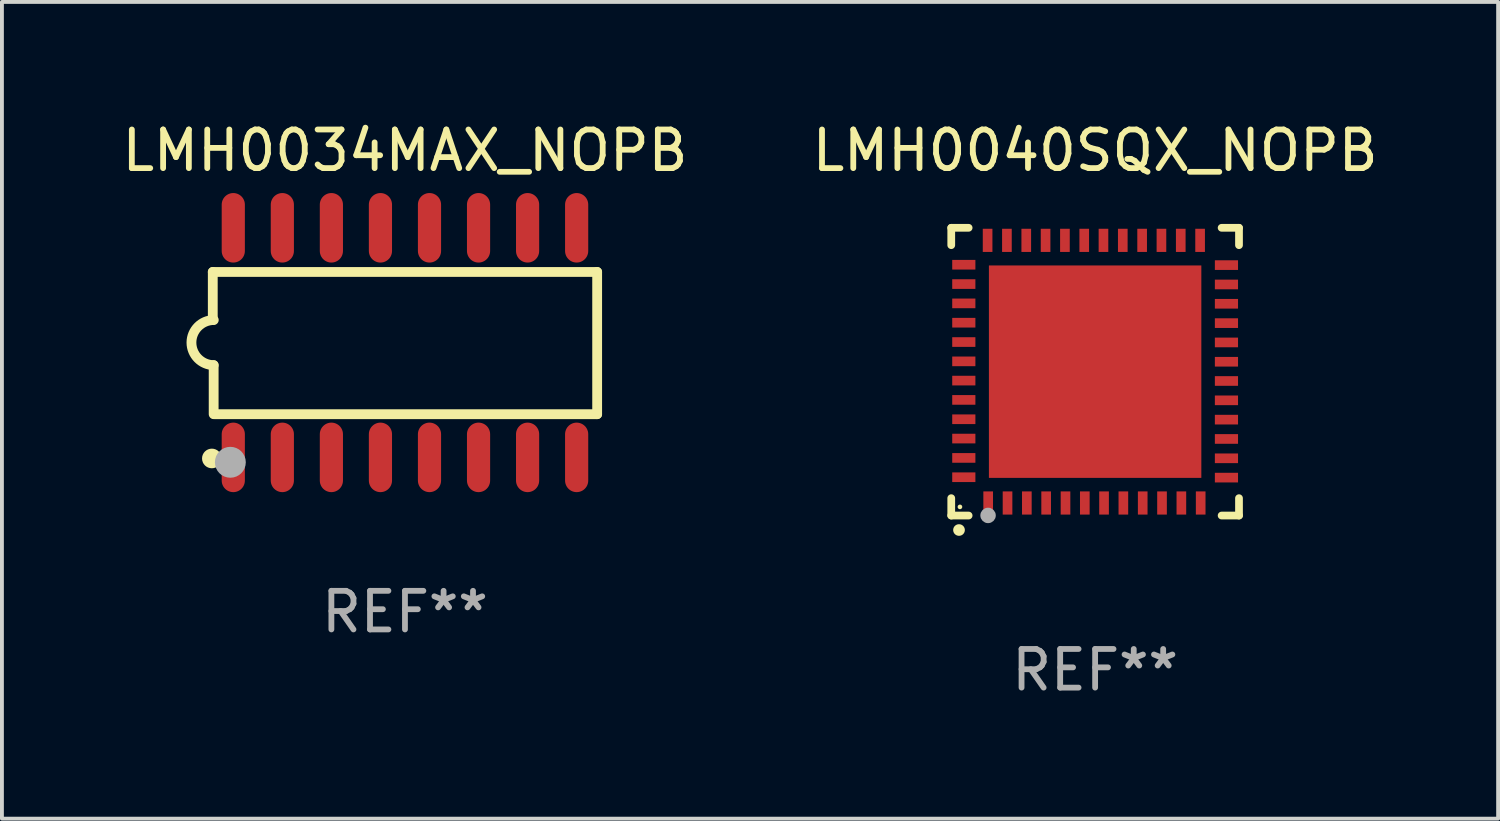
<source format=kicad_pcb>
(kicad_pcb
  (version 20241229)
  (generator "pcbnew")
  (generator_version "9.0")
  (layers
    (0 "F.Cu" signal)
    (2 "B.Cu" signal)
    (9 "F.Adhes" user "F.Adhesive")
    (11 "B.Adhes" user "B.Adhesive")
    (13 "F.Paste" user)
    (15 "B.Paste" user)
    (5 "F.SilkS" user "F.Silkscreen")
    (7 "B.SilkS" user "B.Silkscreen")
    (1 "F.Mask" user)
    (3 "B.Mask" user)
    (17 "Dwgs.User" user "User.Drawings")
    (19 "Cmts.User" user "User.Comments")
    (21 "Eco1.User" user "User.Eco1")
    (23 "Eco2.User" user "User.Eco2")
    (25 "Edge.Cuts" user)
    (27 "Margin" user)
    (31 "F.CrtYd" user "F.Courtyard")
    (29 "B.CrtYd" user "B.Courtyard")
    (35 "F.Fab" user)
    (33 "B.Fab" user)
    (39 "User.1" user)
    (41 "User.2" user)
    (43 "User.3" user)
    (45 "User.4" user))
  (footprint "LMH0040SQX_NOPB"
    (layer "F.Cu")
    (at 25.304 6.573)
    (property "Reference" "LMH0040SQX_NOPB" (at 0 -5.725 0) (layer "F.SilkS") (effects (font (size 1 1) (thickness 0.15))))
    (attr through_hole)
    (fp_line (start -3.725 -3.725) (end -3.275 -3.725) (stroke (width 0.2) (type solid)) (layer "F.SilkS"))
    (fp_line (start -3.725 -3.275) (end -3.725 -3.725) (stroke (width 0.2) (type solid)) (layer "F.SilkS"))
    (fp_line (start -3.725 3.725) (end -3.725 3.275) (stroke (width 0.2) (type solid)) (layer "F.SilkS"))
    (fp_line (start -3.275 3.725) (end -3.725 3.725) (stroke (width 0.2) (type solid)) (layer "F.SilkS"))
    (fp_line (start 3.275 3.725) (end 3.725 3.725) (stroke (width 0.2) (type solid)) (layer "F.SilkS"))
    (fp_line (start 3.725 -3.725) (end 3.275 -3.725) (stroke (width 0.2) (type solid)) (layer "F.SilkS"))
    (fp_line (start 3.725 -3.275) (end 3.725 -3.725) (stroke (width 0.2) (type solid)) (layer "F.SilkS"))
    (fp_line (start 3.725 3.725) (end 3.725 3.275) (stroke (width 0.2) (type solid)) (layer "F.SilkS"))
    (fp_arc (start -3.525527 4.099568) (mid -3.524257 4.099563) (end -3.522987 4.099568) (stroke (width 0.3) (type solid)) (layer "F.SilkS"))
    (fp_circle (center -3.5 3.501) (end -3.47 3.501) (stroke (width 0.06) (type solid)) (fill no) (layer "F.SilkS"))
    (fp_circle (center -2.772 3.722) (end -2.672 3.722) (stroke (width 0.2) (type solid)) (fill no) (layer "F.Fab"))
    (fp_text user "REF**" (at 0 7.725 0) (layer "F.Fab") (effects (font (size 1 1) (thickness 0.15))))
    (pad "1" smd rect (at -2.769 3.4 180) (size 0.25 0.6) (layers "F.Cu" "F.Mask" "F.Paste"))
    (pad "2" smd rect (at -2.268 3.4 180) (size 0.25 0.6) (layers "F.Cu" "F.Mask" "F.Paste"))
    (pad "3" smd rect (at -1.768 3.4 180) (size 0.25 0.6) (layers "F.Cu" "F.Mask" "F.Paste"))
    (pad "4" smd rect (at -1.268 3.4 180) (size 0.25 0.6) (layers "F.Cu" "F.Mask" "F.Paste"))
    (pad "5" smd rect (at -0.767 3.4 180) (size 0.25 0.6) (layers "F.Cu" "F.Mask" "F.Paste"))
    (pad "6" smd rect (at -0.267 3.4 180) (size 0.25 0.6) (layers "F.Cu" "F.Mask" "F.Paste"))
    (pad "7" smd rect (at 0.231 3.4 180) (size 0.25 0.6) (layers "F.Cu" "F.Mask" "F.Paste"))
    (pad "8" smd rect (at 0.731 3.4 180) (size 0.25 0.6) (layers "F.Cu" "F.Mask" "F.Paste"))
    (pad "9" smd rect (at 1.232 3.4 180) (size 0.25 0.6) (layers "F.Cu" "F.Mask" "F.Paste"))
    (pad "10" smd rect (at 1.732 3.4 180) (size 0.25 0.6) (layers "F.Cu" "F.Mask" "F.Paste"))
    (pad "11" smd rect (at 2.233 3.4 180) (size 0.25 0.6) (layers "F.Cu" "F.Mask" "F.Paste"))
    (pad "12" smd rect (at 2.733 3.4 180) (size 0.25 0.6) (layers "F.Cu" "F.Mask" "F.Paste"))
    (pad "13" smd rect (at 3.4 2.743 90) (size 0.25 0.6) (layers "F.Cu" "F.Mask" "F.Paste"))
    (pad "14" smd rect (at 3.4 2.243 90) (size 0.25 0.6) (layers "F.Cu" "F.Mask" "F.Paste"))
    (pad "15" smd rect (at 3.4 1.742 90) (size 0.25 0.6) (layers "F.Cu" "F.Mask" "F.Paste"))
    (pad "16" smd rect (at 3.4 1.242 90) (size 0.25 0.6) (layers "F.Cu" "F.Mask" "F.Paste"))
    (pad "17" smd rect (at 3.4 0.742 90) (size 0.25 0.6) (layers "F.Cu" "F.Mask" "F.Paste"))
    (pad "18" smd rect (at 3.4 0.241 90) (size 0.25 0.6) (layers "F.Cu" "F.Mask" "F.Paste"))
    (pad "19" smd rect (at 3.4 -0.257 90) (size 0.25 0.6) (layers "F.Cu" "F.Mask" "F.Paste"))
    (pad "20" smd rect (at 3.4 -0.757 90) (size 0.25 0.6) (layers "F.Cu" "F.Mask" "F.Paste"))
    (pad "21" smd rect (at 3.4 -1.257 90) (size 0.25 0.6) (layers "F.Cu" "F.Mask" "F.Paste"))
    (pad "22" smd rect (at 3.4 -1.758 90) (size 0.25 0.6) (layers "F.Cu" "F.Mask" "F.Paste"))
    (pad "23" smd rect (at 3.4 -2.258 90) (size 0.25 0.6) (layers "F.Cu" "F.Mask" "F.Paste"))
    (pad "24" smd rect (at 3.4 -2.759 90) (size 0.25 0.6) (layers "F.Cu" "F.Mask" "F.Paste"))
    (pad "25" smd rect (at 2.718 -3.4 180) (size 0.25 0.6) (layers "F.Cu" "F.Mask" "F.Paste"))
    (pad "26" smd rect (at 2.217 -3.4 180) (size 0.25 0.6) (layers "F.Cu" "F.Mask" "F.Paste"))
    (pad "27" smd rect (at 1.717 -3.4 180) (size 0.25 0.6) (layers "F.Cu" "F.Mask" "F.Paste"))
    (pad "28" smd rect (at 1.217 -3.4 180) (size 0.25 0.6) (layers "F.Cu" "F.Mask" "F.Paste"))
    (pad "29" smd rect (at 0.716 -3.4 180) (size 0.25 0.6) (layers "F.Cu" "F.Mask" "F.Paste"))
    (pad "30" smd rect (at 0.216 -3.4 180) (size 0.25 0.6) (layers "F.Cu" "F.Mask" "F.Paste"))
    (pad "31" smd rect (at -0.282 -3.4 180) (size 0.25 0.6) (layers "F.Cu" "F.Mask" "F.Paste"))
    (pad "32" smd rect (at -0.782 -3.4 180) (size 0.25 0.6) (layers "F.Cu" "F.Mask" "F.Paste"))
    (pad "33" smd rect (at -1.283 -3.4 180) (size 0.25 0.6) (layers "F.Cu" "F.Mask" "F.Paste"))
    (pad "34" smd rect (at -1.783 -3.4 180) (size 0.25 0.6) (layers "F.Cu" "F.Mask" "F.Paste"))
    (pad "35" smd rect (at -2.284 -3.4 180) (size 0.25 0.6) (layers "F.Cu" "F.Mask" "F.Paste"))
    (pad "36" smd rect (at -2.784 -3.4 180) (size 0.25 0.6) (layers "F.Cu" "F.Mask" "F.Paste"))
    (pad "37" smd rect (at -3.4 -2.769 90) (size 0.25 0.6) (layers "F.Cu" "F.Mask" "F.Paste"))
    (pad "38" smd rect (at -3.4 -2.268 90) (size 0.25 0.6) (layers "F.Cu" "F.Mask" "F.Paste"))
    (pad "39" smd rect (at -3.4 -1.768 90) (size 0.25 0.6) (layers "F.Cu" "F.Mask" "F.Paste"))
    (pad "40" smd rect (at -3.4 -1.268 90) (size 0.25 0.6) (layers "F.Cu" "F.Mask" "F.Paste"))
    (pad "41" smd rect (at -3.4 -0.767 90) (size 0.25 0.6) (layers "F.Cu" "F.Mask" "F.Paste"))
    (pad "42" smd rect (at -3.4 -0.267 90) (size 0.25 0.6) (layers "F.Cu" "F.Mask" "F.Paste"))
    (pad "43" smd rect (at -3.4 0.231 90) (size 0.25 0.6) (layers "F.Cu" "F.Mask" "F.Paste"))
    (pad "44" smd rect (at -3.4 0.731 90) (size 0.25 0.6) (layers "F.Cu" "F.Mask" "F.Paste"))
    (pad "45" smd rect (at -3.4 1.232 90) (size 0.25 0.6) (layers "F.Cu" "F.Mask" "F.Paste"))
    (pad "46" smd rect (at -3.4 1.732 90) (size 0.25 0.6) (layers "F.Cu" "F.Mask" "F.Paste"))
    (pad "47" smd rect (at -3.4 2.233 90) (size 0.25 0.6) (layers "F.Cu" "F.Mask" "F.Paste"))
    (pad "48" smd rect (at -3.4 2.733 90) (size 0.25 0.6) (layers "F.Cu" "F.Mask" "F.Paste"))
    (pad "49" smd rect (at -0.000076 -0.000076 90) (size 5.5 5.5) (layers "F.Cu" "F.Mask" "F.Paste")))
  (footprint "LMH0034MAX_NOPB"
    (layer "F.Cu")
    (at 7.435 5.82)
    (property "Reference" "LMH0034MAX_NOPB" (at 0 -4.972 0) (layer "F.SilkS") (effects (font (size 1 1) (thickness 0.15))))
    (attr through_hole)
    (fp_line (start -4.976 -1.829) (end -4.976 -0.584) (stroke (width 0.254) (type solid)) (layer "F.SilkS"))
    (fp_line (start -4.953 0.584) (end -4.953 1.854) (stroke (width 0.254) (type solid)) (layer "F.SilkS"))
    (fp_line (start -4.928 1.854) (end 4.976 1.854) (stroke (width 0.254) (type solid)) (layer "F.SilkS"))
    (fp_line (start 4.976 -1.829) (end -4.976 -1.829) (stroke (width 0.254) (type solid)) (layer "F.SilkS"))
    (fp_line (start 4.976 1.854) (end 4.976 -1.829) (stroke (width 0.254) (type solid)) (layer "F.SilkS"))
    (fp_arc (start -4.95301 0.584201) (mid -5.533866 -0.00152) (end -4.950088 -0.584329) (stroke (width 0.254001) (type solid)) (layer "F.SilkS"))
    (fp_circle (center -5 3) (end -4.873 3) (stroke (width 0.254) (type solid)) (fill no) (layer "F.SilkS"))
    (fp_circle (center -4.521 3.099) (end -4.321 3.099) (stroke (width 0.4) (type solid)) (fill no) (layer "F.Fab"))
    (fp_text user "REF**" (at 0 6.972 0) (layer "F.Fab") (effects (font (size 1 1) (thickness 0.15))))
    (pad "1" smd oval (at -4.445 2.972 180) (size 0.6 1.8) (layers "F.Cu" "F.Mask" "F.Paste"))
    (pad "2" smd oval (at -3.175 2.972 180) (size 0.6 1.8) (layers "F.Cu" "F.Mask" "F.Paste"))
    (pad "3" smd oval (at -1.905 2.972 180) (size 0.6 1.8) (layers "F.Cu" "F.Mask" "F.Paste"))
    (pad "4" smd oval (at -0.635 2.972 180) (size 0.6 1.8) (layers "F.Cu" "F.Mask" "F.Paste"))
    (pad "5" smd oval (at 0.635 2.972 180) (size 0.6 1.8) (layers "F.Cu" "F.Mask" "F.Paste"))
    (pad "6" smd oval (at 1.905 2.972 180) (size 0.6 1.8) (layers "F.Cu" "F.Mask" "F.Paste"))
    (pad "7" smd oval (at 3.175 2.972 180) (size 0.6 1.8) (layers "F.Cu" "F.Mask" "F.Paste"))
    (pad "8" smd oval (at 4.445 2.972 180) (size 0.6 1.8) (layers "F.Cu" "F.Mask" "F.Paste"))
    (pad "9" smd oval (at 4.445 -2.972 180) (size 0.6 1.8) (layers "F.Cu" "F.Mask" "F.Paste"))
    (pad "10" smd oval (at 3.175 -2.972 180) (size 0.6 1.8) (layers "F.Cu" "F.Mask" "F.Paste"))
    (pad "11" smd oval (at 1.905 -2.972 180) (size 0.6 1.8) (layers "F.Cu" "F.Mask" "F.Paste"))
    (pad "12" smd oval (at 0.635 -2.972 180) (size 0.6 1.8) (layers "F.Cu" "F.Mask" "F.Paste"))
    (pad "13" smd oval (at -0.635 -2.972 180) (size 0.6 1.8) (layers "F.Cu" "F.Mask" "F.Paste"))
    (pad "14" smd oval (at -1.905 -2.972 180) (size 0.6 1.8) (layers "F.Cu" "F.Mask" "F.Paste"))
    (pad "15" smd oval (at -3.175 -2.972 180) (size 0.6 1.8) (layers "F.Cu" "F.Mask" "F.Paste"))
    (pad "16" smd oval (at -4.445 -2.972 180) (size 0.6 1.8) (layers "F.Cu" "F.Mask" "F.Paste")))
  (gr_rect
    (start -3 -3)
    (end 35.738 18.146)
    (stroke (width 0.1) (type default))
    (fill no)
    (layer "Edge.Cuts")))
</source>
